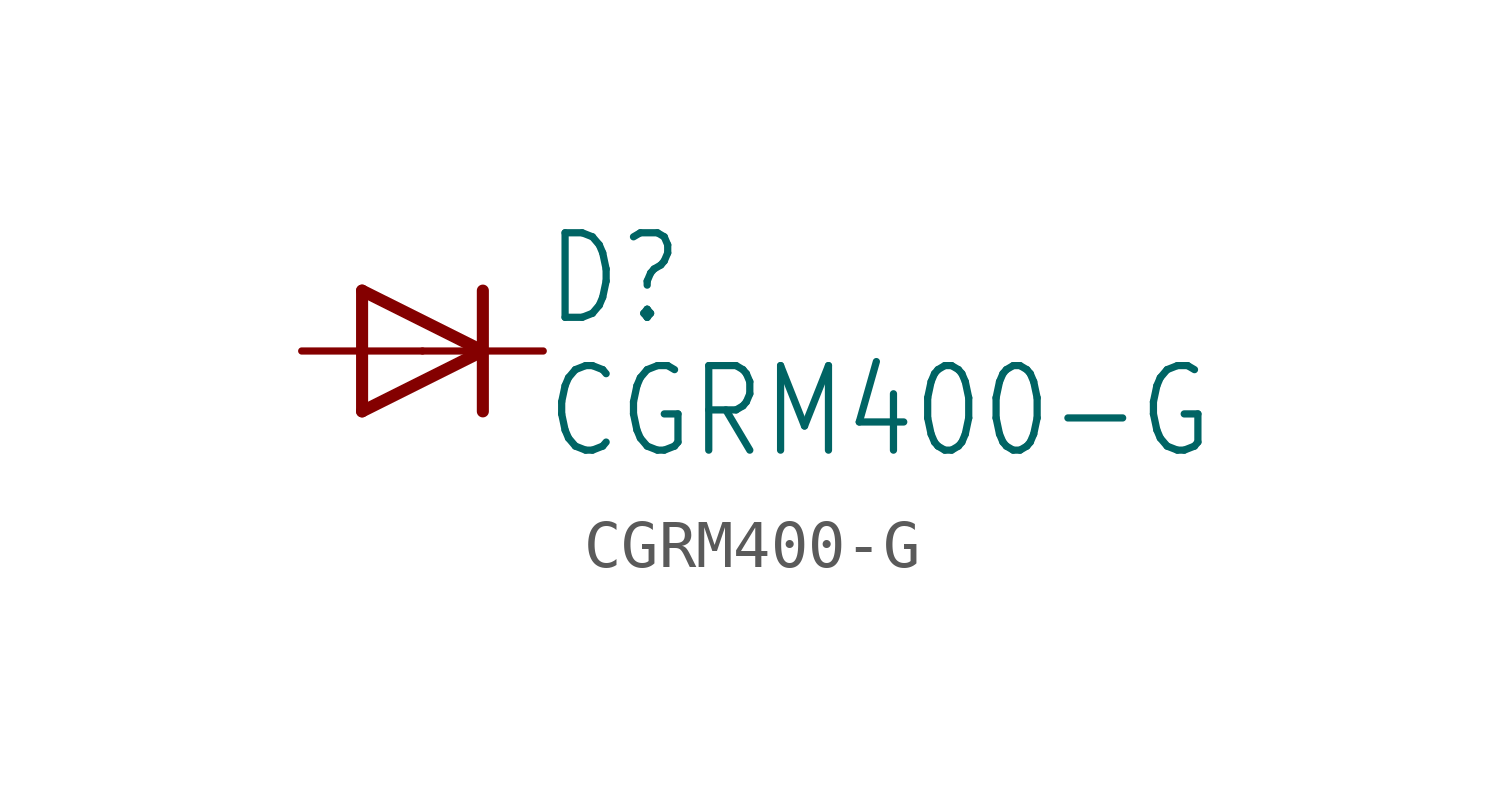
<source format=kicad_sym>
(kicad_symbol_lib
  (version 20211014)
  (generator kicad_symbol_editor)
  (symbol "CGRM400-G"
    (property "Reference" "D"
      (at 2.54 0.483 0)
      (effects (font (size 1.778 1.511)) (justify left bottom)))
    (property "Value" "CGRM400-G"
      (at 2.54 -2.311 0)
      (effects (font (size 1.778 1.511)) (justify left bottom)))
    (property "ki_locked" ""
      (at 0 0 0)
      (effects (font (size 1.27 1.27))))
    (symbol "CGRM400-G_1_0"
      (polyline (pts (xy -1.27 -1.27) (xy 1.27 0)) (stroke (width 0.254) (type default) (color 0 0 0 0)) (fill (type none)))
      (polyline (pts (xy -1.27 1.27) (xy -1.27 -1.27)) (stroke (width 0.254) (type default) (color 0 0 0 0)) (fill (type none)))
      (polyline (pts (xy 1.27 0) (xy -1.27 1.27)) (stroke (width 0.254) (type default) (color 0 0 0 0)) (fill (type none)))
      (polyline (pts (xy 1.27 0) (xy 1.27 -1.27)) (stroke (width 0.254) (type default) (color 0 0 0 0)) (fill (type none)))
      (polyline (pts (xy 1.27 1.27) (xy 1.27 0)) (stroke (width 0.254) (type default) (color 0 0 0 0)) (fill (type none)))
      (pin passive line (at -2.54 0 0) (length 2.54) (name "A" (effects (font (size 0 0)))) (number "A" (effects (font (size 0 0)))))
      (pin passive line (at 2.54 0 180) (length 2.54) (name "C" (effects (font (size 0 0)))) (number "C" (effects (font (size 0 0))))))))
</source>
